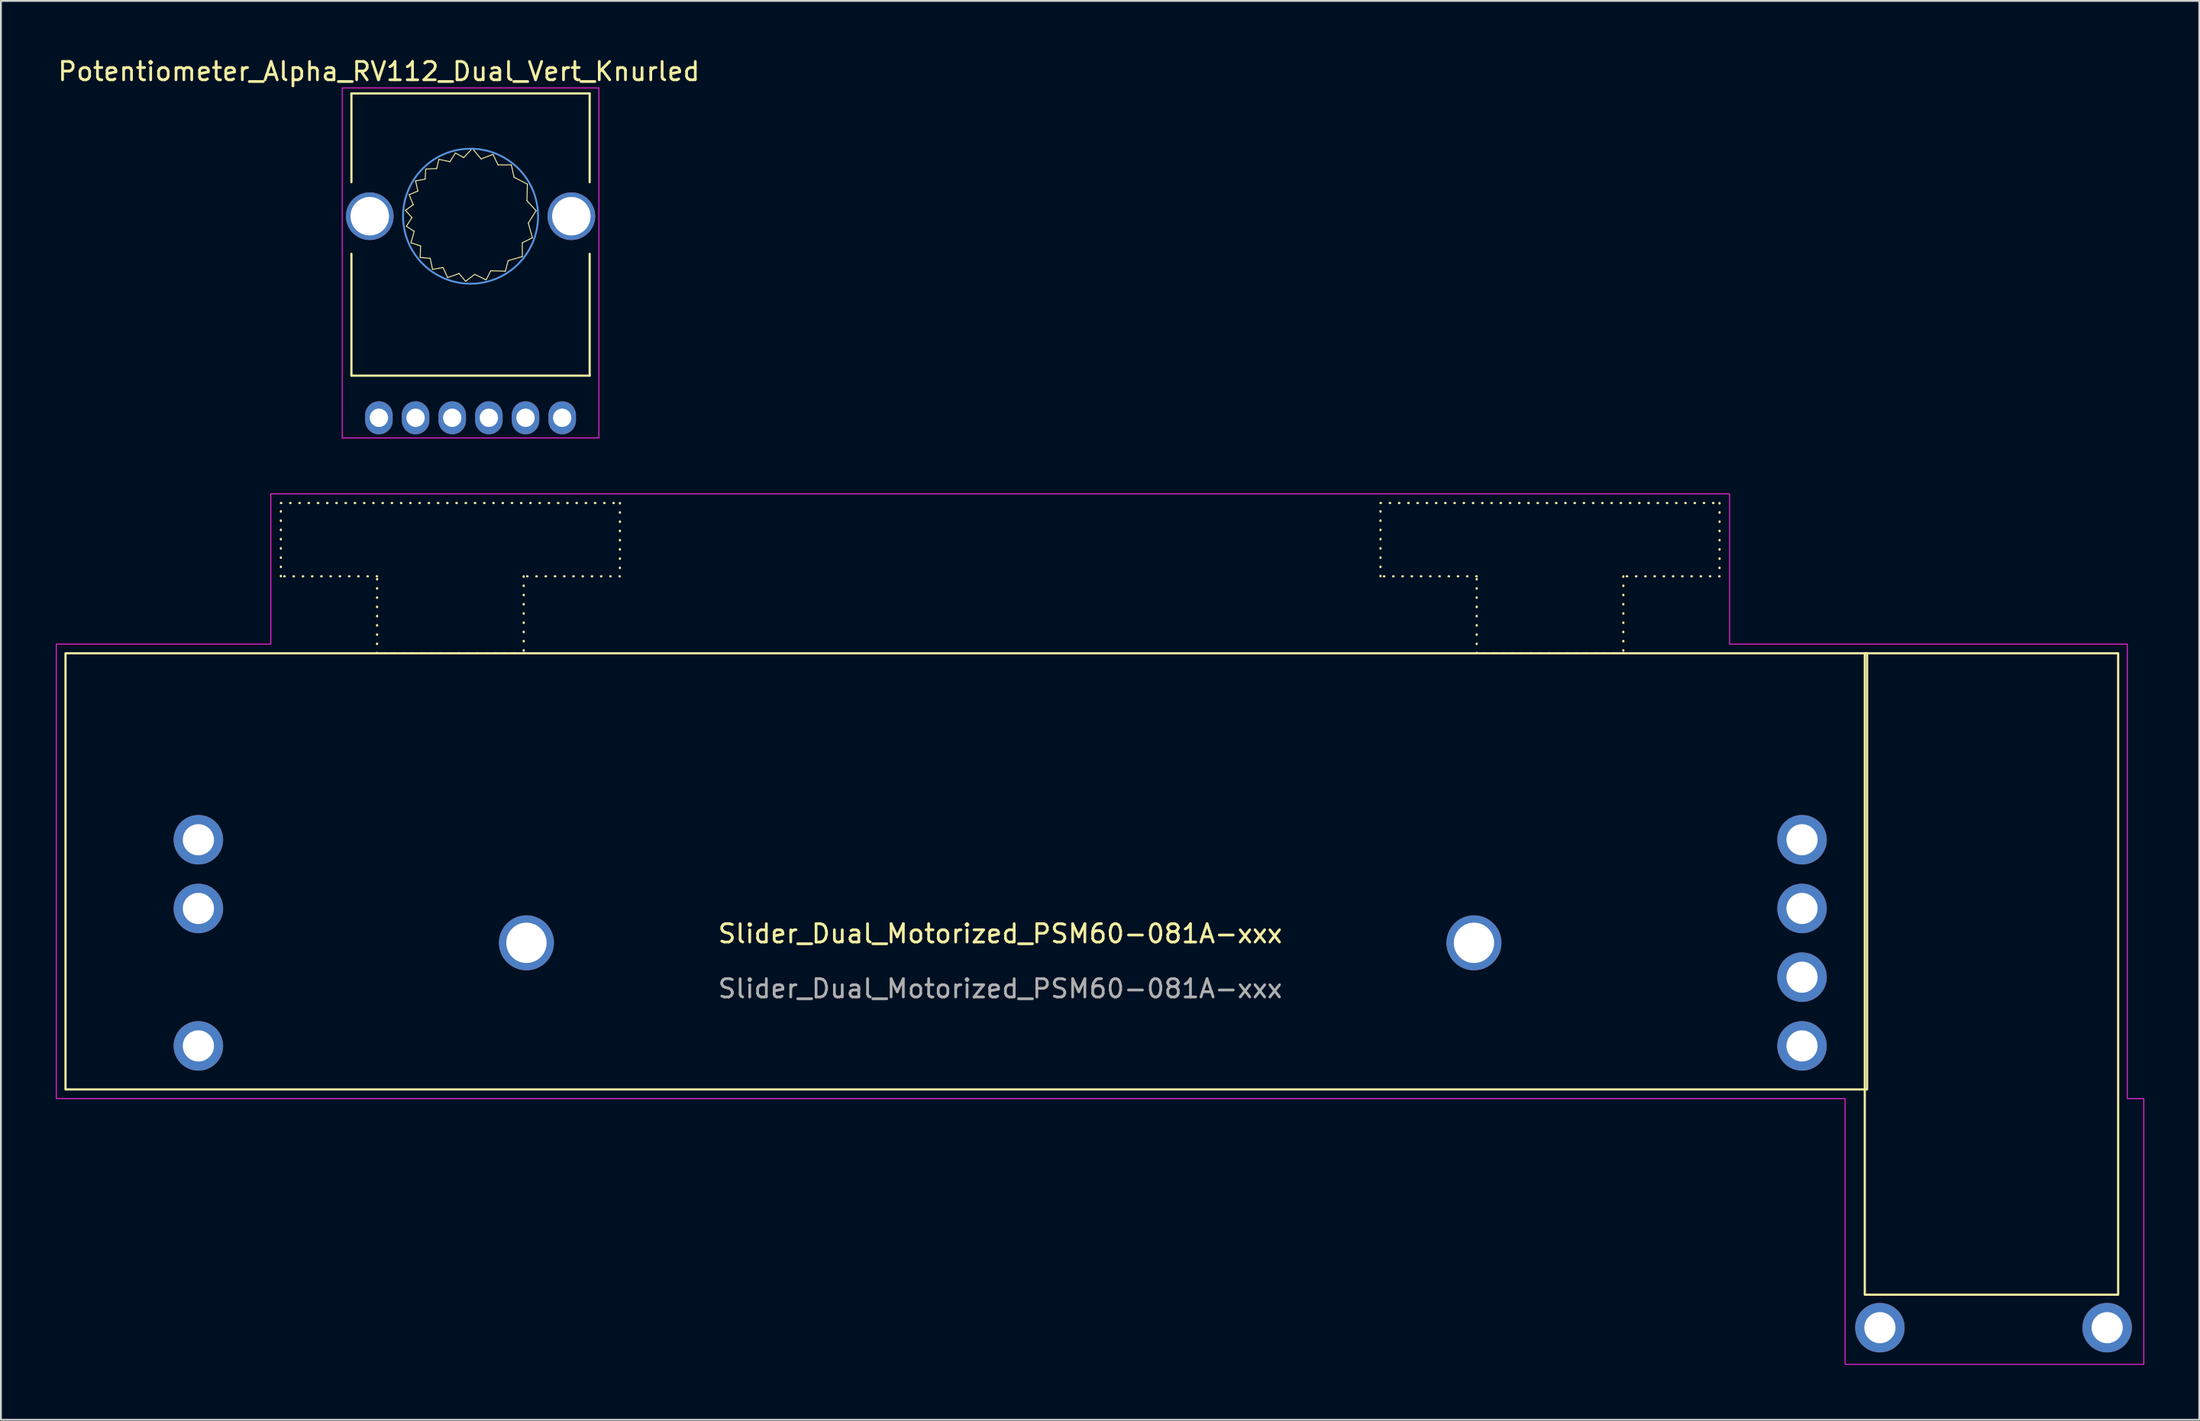
<source format=kicad_pcb>
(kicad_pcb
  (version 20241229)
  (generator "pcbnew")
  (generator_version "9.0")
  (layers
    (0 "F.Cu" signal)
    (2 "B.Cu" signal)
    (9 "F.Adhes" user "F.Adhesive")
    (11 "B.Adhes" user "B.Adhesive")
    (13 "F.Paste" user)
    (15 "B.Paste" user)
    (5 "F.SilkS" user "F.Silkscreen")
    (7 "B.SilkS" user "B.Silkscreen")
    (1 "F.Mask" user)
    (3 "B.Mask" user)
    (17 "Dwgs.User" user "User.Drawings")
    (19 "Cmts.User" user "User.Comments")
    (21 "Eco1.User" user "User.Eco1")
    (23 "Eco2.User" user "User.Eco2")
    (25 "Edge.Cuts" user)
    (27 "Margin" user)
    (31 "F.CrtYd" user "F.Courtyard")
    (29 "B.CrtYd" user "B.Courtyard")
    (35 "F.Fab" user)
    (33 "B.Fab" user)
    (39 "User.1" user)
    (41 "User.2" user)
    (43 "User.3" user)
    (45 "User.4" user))
  (footprint "Potentiometer_Alpha_RV112_Dual_Vert_Knurled"
    (layer "F.Cu")
    (at 22.625 8.748)
    (property "Reference" "Potentiometer_Alpha_RV112_Dual_Vert_Knurled" (at -5 -7.9 0) (layer "F.SilkS") (effects (font (size 1 1) (thickness 0.15))))
    (attr through_hole)
    (fp_line (start -6.5 -6.7) (end 6.5 -6.7) (stroke (width 0.12) (type solid)) (layer "F.SilkS"))
    (fp_line (start -6.5 -1.855) (end -6.5 -6.7) (stroke (width 0.12) (type solid)) (layer "F.SilkS"))
    (fp_line (start -6.5 8.7) (end -6.5 2.054) (stroke (width 0.12) (type solid)) (layer "F.SilkS"))
    (fp_line (start -6.5 8.7) (end 6.5 8.7) (stroke (width 0.12) (type solid)) (layer "F.SilkS"))
    (fp_line (start -3.55 -0.325) (end -3.2 0.075) (stroke (width 0.05) (type solid)) (layer "F.SilkS"))
    (fp_line (start -3.5 0.55) (end -3.075 0.825) (stroke (width 0.05) (type solid)) (layer "F.SilkS"))
    (fp_line (start -3.35 -1.175) (end -3.125 -0.625) (stroke (width 0.05) (type solid)) (layer "F.SilkS"))
    (fp_line (start -3.25 1.45) (end -2.725 1.625) (stroke (width 0.05) (type solid)) (layer "F.SilkS"))
    (fp_line (start -3.2 0.075) (end -3.5 0.55) (stroke (width 0.05) (type solid)) (layer "F.SilkS"))
    (fp_line (start -3.125 -0.625) (end -3.55 -0.325) (stroke (width 0.05) (type solid)) (layer "F.SilkS"))
    (fp_line (start -3.075 0.825) (end -3.25 1.45) (stroke (width 0.05) (type solid)) (layer "F.SilkS"))
    (fp_line (start -3 -1.925) (end -2.875 -1.375) (stroke (width 0.05) (type solid)) (layer "F.SilkS"))
    (fp_line (start -2.875 -1.375) (end -3.35 -1.175) (stroke (width 0.05) (type solid)) (layer "F.SilkS"))
    (fp_line (start -2.75 2.25) (end -2.2 2.3) (stroke (width 0.05) (type solid)) (layer "F.SilkS"))
    (fp_line (start -2.725 1.625) (end -2.75 2.25) (stroke (width 0.05) (type solid)) (layer "F.SilkS"))
    (fp_line (start -2.475 -2.025) (end -3 -1.925) (stroke (width 0.05) (type solid)) (layer "F.SilkS"))
    (fp_line (start -2.45 -2.55) (end -2.475 -2.025) (stroke (width 0.05) (type solid)) (layer "F.SilkS"))
    (fp_line (start -2.2 2.3) (end -2.075 2.9) (stroke (width 0.05) (type solid)) (layer "F.SilkS"))
    (fp_line (start -2.075 2.9) (end -1.5 2.8) (stroke (width 0.05) (type solid)) (layer "F.SilkS"))
    (fp_line (start -1.85 -2.6) (end -2.45 -2.575) (stroke (width 0.05) (type solid)) (layer "F.SilkS"))
    (fp_line (start -1.725 -3.1) (end -1.85 -2.6) (stroke (width 0.05) (type solid)) (layer "F.SilkS"))
    (fp_line (start -1.5 2.8) (end -1.25 3.35) (stroke (width 0.05) (type solid)) (layer "F.SilkS"))
    (fp_line (start -1.25 3.35) (end -0.625 3.125) (stroke (width 0.05) (type solid)) (layer "F.SilkS"))
    (fp_line (start -1.125 -2.975) (end -1.725 -3.1) (stroke (width 0.05) (type solid)) (layer "F.SilkS"))
    (fp_line (start -0.825 -3.45) (end -1.125 -2.975) (stroke (width 0.05) (type solid)) (layer "F.SilkS"))
    (fp_line (start -0.625 3.125) (end -0.275 3.55) (stroke (width 0.05) (type solid)) (layer "F.SilkS"))
    (fp_line (start -0.375 -3.2) (end -0.825 -3.45) (stroke (width 0.05) (type solid)) (layer "F.SilkS"))
    (fp_line (start -0.375 -3.2) (end 0.1 -3.7) (stroke (width 0.05) (type solid)) (layer "F.SilkS"))
    (fp_line (start -0.275 3.55) (end 0.225 3.175) (stroke (width 0.05) (type solid)) (layer "F.SilkS"))
    (fp_line (start 0.1 -3.7) (end 0.575 -3.125) (stroke (width 0.05) (type solid)) (layer "F.SilkS"))
    (fp_line (start 0.225 3.175) (end 0.85 3.475) (stroke (width 0.05) (type solid)) (layer "F.SilkS"))
    (fp_line (start 0.85 3.475) (end 1.1 2.975) (stroke (width 0.05) (type solid)) (layer "F.SilkS"))
    (fp_line (start 1.1 2.975) (end 1.9 3) (stroke (width 0.05) (type solid)) (layer "F.SilkS"))
    (fp_line (start 1.225 -3.375) (end 0.575 -3.125) (stroke (width 0.05) (type solid)) (layer "F.SilkS"))
    (fp_line (start 1.5 -2.8) (end 1.225 -3.375) (stroke (width 0.05) (type solid)) (layer "F.SilkS"))
    (fp_line (start 1.9 3) (end 2.05 2.425) (stroke (width 0.05) (type solid)) (layer "F.SilkS"))
    (fp_line (start 2.05 2.425) (end 2.825 2.2) (stroke (width 0.05) (type solid)) (layer "F.SilkS"))
    (fp_line (start 2.225 -2.8) (end 1.5 -2.8) (stroke (width 0.05) (type solid)) (layer "F.SilkS"))
    (fp_line (start 2.375 -2.125) (end 2.225 -2.8) (stroke (width 0.05) (type solid)) (layer "F.SilkS"))
    (fp_line (start 2.825 1.45) (end 3.375 1.175) (stroke (width 0.05) (type solid)) (layer "F.SilkS"))
    (fp_line (start 2.825 2.2) (end 2.825 1.45) (stroke (width 0.05) (type solid)) (layer "F.SilkS"))
    (fp_line (start 3.075 -0.85) (end 3.1 -1.75) (stroke (width 0.05) (type solid)) (layer "F.SilkS"))
    (fp_line (start 3.1 -1.75) (end 2.375 -2.125) (stroke (width 0.05) (type solid)) (layer "F.SilkS"))
    (fp_line (start 3.15 0.375) (end 3.575 -0.3) (stroke (width 0.05) (type solid)) (layer "F.SilkS"))
    (fp_line (start 3.375 1.175) (end 3.15 0.375) (stroke (width 0.05) (type solid)) (layer "F.SilkS"))
    (fp_line (start 3.575 -0.3) (end 3.075 -0.85) (stroke (width 0.05) (type solid)) (layer "F.SilkS"))
    (fp_line (start 6.5 -1.855) (end 6.5 -6.7) (stroke (width 0.12) (type solid)) (layer "F.SilkS"))
    (fp_line (start 6.5 8.7) (end 6.5 2.054) (stroke (width 0.12) (type solid)) (layer "F.SilkS"))
    (fp_circle (center 0 0) (end 0 3.683) (stroke (width 0.1) (type solid)) (fill no) (layer "Cmts.User"))
    (fp_line (start -7 -7) (end -7 12.1) (stroke (width 0.05) (type solid)) (layer "F.CrtYd"))
    (fp_line (start -7 12.1) (end 7 12.1) (stroke (width 0.05) (type solid)) (layer "F.CrtYd"))
    (fp_line (start 7 -7) (end -7 -7) (stroke (width 0.05) (type solid)) (layer "F.CrtYd"))
    (fp_line (start 7 12.1) (end 7 -7) (stroke (width 0.05) (type solid)) (layer "F.CrtYd"))
    (pad "1" thru_hole oval (at -1 11) (size 1.5 1.8) (drill 1) (layers "*.Cu" "*.Mask"))
    (pad "2" thru_hole oval (at 1 11) (size 1.5 1.8) (drill 1) (layers "*.Cu" "*.Mask"))
    (pad "3" thru_hole oval (at 3 11) (size 1.5 1.8) (drill 1) (layers "*.Cu" "*.Mask"))
    (pad "4" thru_hole oval (at -3 11) (size 1.5 1.8) (drill 1) (layers "*.Cu" "*.Mask"))
    (pad "5" thru_hole oval (at -5 11) (size 1.5 1.8) (drill 1) (layers "*.Cu" "*.Mask"))
    (pad "6" thru_hole oval (at 5 11) (size 1.5 1.8) (drill 1) (layers "*.Cu" "*.Mask"))
    (pad "7" thru_hole circle (at -5.5 0 90) (size 2.6 2.6) (drill 2.1) (layers "*.Cu" "*.Mask"))
    (pad "8" thru_hole circle (at 5.5 0 90) (size 2.6 2.6) (drill 2.1) (layers "*.Cu" "*.Mask")))
  (footprint "Slider_Dual_Motorized_PSM60-081A-xxx"
    (layer "F.Cu")
    (at 51.525 48.398)
    (property "Reference" "Slider_Dual_Motorized_PSM60-081A-xxx" (at 0 -0.5 0) (unlocked yes) (layer "F.SilkS") (effects (font (size 1 1) (thickness 0.15))))
    (attr through_hole exclude_from_pos_files)
    (fp_rect (start -51 -15.8) (end 47.3 8) (stroke (width 0.12) (type solid)) (fill no) (layer "F.SilkS"))
    (fp_rect (start 47.175 -15.8) (end 61 19.2) (stroke (width 0.12) (type solid)) (fill no) (layer "F.SilkS"))
    (fp_poly (pts (xy -26 -15.8) (xy -34 -15.8) (xy -34 -20) (xy -39.25 -20) (xy -39.25 -24) (xy -20.75 -24) (xy -20.75 -20) (xy -26 -20)) (stroke (width 0.12) (type dot)) (fill no) (layer "F.SilkS"))
    (fp_poly (pts (xy 34 -15.8) (xy 26 -15.8) (xy 26 -20) (xy 20.75 -20) (xy 20.75 -24) (xy 39.25 -24) (xy 39.25 -20) (xy 34 -20)) (stroke (width 0.12) (type dot)) (fill no) (layer "F.SilkS"))
    (fp_poly (pts (xy 61.5 8.5) (xy 62.4 8.5) (xy 62.4 23) (xy 46.1 23) (xy 46.1 8.5) (xy -51.5 8.5) (xy -51.5 -16.3) (xy -39.8 -16.3) (xy -39.8 -24.5) (xy 39.8 -24.5) (xy 39.8 -16.3) (xy 61.5 -16.3)) (stroke (width 0.05) (type default)) (fill no) (layer "F.CrtYd"))
    (fp_text user "${REFERENCE}" (at 0 2.5 0) (unlocked yes) (layer "F.Fab") (effects (font (size 1 1) (thickness 0.15))))
    (pad "1" thru_hole circle (at 43.75 -1.875) (size 2.7 2.7) (drill 1.7) (layers "*.Cu" "*.Mask"))
    (pad "1'" thru_hole circle (at 43.75 1.875) (size 2.7 2.7) (drill 1.7) (layers "*.Cu" "*.Mask"))
    (pad "2" thru_hole circle (at 43.75 -5.625) (size 2.7 2.7) (drill 1.7) (layers "*.Cu" "*.Mask"))
    (pad "2'" thru_hole circle (at 43.75 5.625) (size 2.7 2.7) (drill 1.7) (layers "*.Cu" "*.Mask"))
    (pad "3" thru_hole circle (at -43.75 -5.625) (size 2.7 2.7) (drill 1.7) (layers "*.Cu" "*.Mask"))
    (pad "3'" thru_hole circle (at -43.75 5.625) (size 2.7 2.7) (drill 1.7) (layers "*.Cu" "*.Mask"))
    (pad "MOTORA" thru_hole circle (at 48 21) (size 2.7 2.7) (drill 1.7) (layers "*.Cu" "*.Mask"))
    (pad "MOTORB" thru_hole circle (at 60.4 21) (size 2.7 2.7) (drill 1.7) (layers "*.Cu" "*.Mask"))
    (pad "S1" thru_hole circle (at -25.85 0) (size 3 3) (drill 2.2) (layers "*.Cu" "*.Mask"))
    (pad "S2" thru_hole circle (at 25.85 0) (size 3 3) (drill 2.2) (layers "*.Cu" "*.Mask"))
    (pad "T" thru_hole circle (at -43.75 -1.875) (size 2.7 2.7) (drill 1.7) (layers "*.Cu" "*.Mask")))
  (gr_rect
    (start -3 -3)
    (end 116.95 74.423)
    (stroke (width 0.1) (type default))
    (fill no)
    (layer "Edge.Cuts")))
</source>
